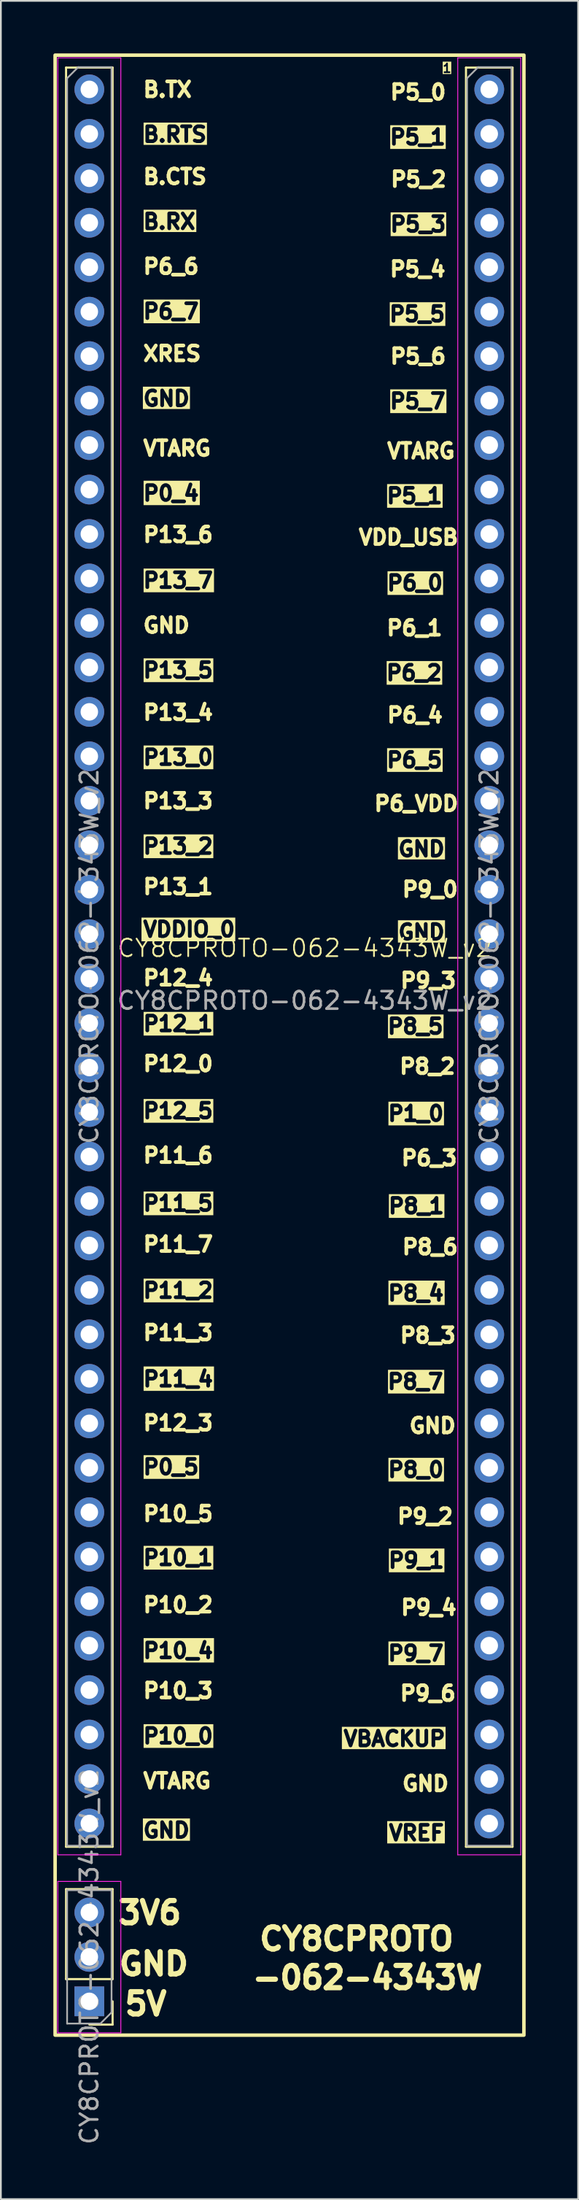
<source format=kicad_pcb>
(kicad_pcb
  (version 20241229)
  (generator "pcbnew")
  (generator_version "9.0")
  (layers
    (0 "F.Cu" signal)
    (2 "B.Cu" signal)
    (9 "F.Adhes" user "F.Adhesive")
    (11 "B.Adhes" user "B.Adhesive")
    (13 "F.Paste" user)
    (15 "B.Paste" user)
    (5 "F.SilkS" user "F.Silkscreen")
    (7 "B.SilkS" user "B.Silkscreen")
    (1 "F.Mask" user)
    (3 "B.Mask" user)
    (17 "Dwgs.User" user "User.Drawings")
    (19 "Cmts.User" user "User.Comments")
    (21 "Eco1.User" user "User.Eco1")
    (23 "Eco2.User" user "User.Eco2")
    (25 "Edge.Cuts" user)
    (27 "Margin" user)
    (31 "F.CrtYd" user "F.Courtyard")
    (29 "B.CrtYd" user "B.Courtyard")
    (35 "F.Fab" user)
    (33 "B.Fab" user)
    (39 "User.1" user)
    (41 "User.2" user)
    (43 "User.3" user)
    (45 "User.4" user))
  (footprint "CY8CPROTO-062-4343W_v2"
    (layer "F.Cu")
    (at 14.375 51.611)
    (property "Reference" "CY8CPROTO-062-4343W_v2" (at 0 -0.5 0) (unlocked yes) (layer "F.SilkS") (effects (font (size 1 1) (thickness 0.1))))
    (attr through_hole)
    (fp_line (start -13.649 -50.8) (end -13.649 50.834) (stroke (width 0.12) (type solid)) (layer "F.SilkS"))
    (fp_line (start -13.649 -50.8) (end -10.989 -50.8) (stroke (width 0.12) (type solid)) (layer "F.SilkS"))
    (fp_line (start -13.649 50.834) (end -10.989 50.834) (stroke (width 0.12) (type solid)) (layer "F.SilkS"))
    (fp_line (start -13.649 58.394) (end -13.649 53.254) (stroke (width 0.12) (type solid)) (layer "F.SilkS"))
    (fp_line (start -10.989 -50.8) (end -10.989 50.834) (stroke (width 0.12) (type solid)) (layer "F.SilkS"))
    (fp_line (start -10.989 53.254) (end -13.649 53.254) (stroke (width 0.12) (type solid)) (layer "F.SilkS"))
    (fp_line (start -10.989 58.394) (end -13.649 58.394) (stroke (width 0.12) (type solid)) (layer "F.SilkS"))
    (fp_line (start -10.989 58.394) (end -10.989 53.254) (stroke (width 0.12) (type solid)) (layer "F.SilkS"))
    (fp_line (start -10.989 59.664) (end -10.989 60.994) (stroke (width 0.12) (type solid)) (layer "F.SilkS"))
    (fp_line (start -10.989 60.994) (end -12.319 60.994) (stroke (width 0.12) (type solid)) (layer "F.SilkS"))
    (fp_line (start 9.211 -50.8) (end 9.211 50.834) (stroke (width 0.12) (type solid)) (layer "F.SilkS"))
    (fp_line (start 9.211 -50.8) (end 11.871 -50.8) (stroke (width 0.12) (type solid)) (layer "F.SilkS"))
    (fp_line (start 9.211 50.834) (end 11.871 50.834) (stroke (width 0.12) (type solid)) (layer "F.SilkS"))
    (fp_line (start 11.871 -50.8) (end 11.871 50.834) (stroke (width 0.12) (type solid)) (layer "F.SilkS"))
    (fp_rect (start -14.275 -51.511) (end 12.522 61.595) (stroke (width 0.2) (type solid)) (fill no) (layer "F.SilkS"))
    (fp_line (start -14.119 -51.356) (end -14.119 51.294) (stroke (width 0.05) (type solid)) (layer "F.CrtYd"))
    (fp_line (start -14.119 51.294) (end -10.519 51.294) (stroke (width 0.05) (type solid)) (layer "F.CrtYd"))
    (fp_line (start -14.119 52.814) (end -14.119 61.464) (stroke (width 0.05) (type solid)) (layer "F.CrtYd"))
    (fp_line (start -14.119 61.464) (end -10.519 61.464) (stroke (width 0.05) (type solid)) (layer "F.CrtYd"))
    (fp_line (start -10.519 -51.356) (end -14.119 -51.356) (stroke (width 0.05) (type solid)) (layer "F.CrtYd"))
    (fp_line (start -10.519 51.294) (end -10.519 -51.356) (stroke (width 0.05) (type solid)) (layer "F.CrtYd"))
    (fp_line (start -10.519 52.814) (end -14.119 52.814) (stroke (width 0.05) (type solid)) (layer "F.CrtYd"))
    (fp_line (start -10.519 61.464) (end -10.519 52.814) (stroke (width 0.05) (type solid)) (layer "F.CrtYd"))
    (fp_line (start 8.741 -51.356) (end 8.741 51.294) (stroke (width 0.05) (type solid)) (layer "F.CrtYd"))
    (fp_line (start 8.741 51.294) (end 12.341 51.294) (stroke (width 0.05) (type solid)) (layer "F.CrtYd"))
    (fp_line (start 12.341 -51.356) (end 8.741 -51.356) (stroke (width 0.05) (type solid)) (layer "F.CrtYd"))
    (fp_line (start 12.341 51.294) (end 12.341 -51.356) (stroke (width 0.05) (type solid)) (layer "F.CrtYd"))
    (fp_line (start -13.589 -50.191) (end -12.954 -50.826) (stroke (width 0.1) (type solid)) (layer "F.Fab"))
    (fp_line (start -13.589 50.774) (end -13.589 -50.191) (stroke (width 0.1) (type solid)) (layer "F.Fab"))
    (fp_line (start -13.589 53.314) (end -11.049 53.314) (stroke (width 0.1) (type solid)) (layer "F.Fab"))
    (fp_line (start -13.589 60.934) (end -13.589 53.314) (stroke (width 0.1) (type solid)) (layer "F.Fab"))
    (fp_line (start -12.954 -50.826) (end -11.049 -50.826) (stroke (width 0.1) (type solid)) (layer "F.Fab"))
    (fp_line (start -11.684 60.934) (end -13.589 60.934) (stroke (width 0.1) (type solid)) (layer "F.Fab"))
    (fp_line (start -11.049 -50.826) (end -11.049 50.774) (stroke (width 0.1) (type solid)) (layer "F.Fab"))
    (fp_line (start -11.049 50.774) (end -13.589 50.774) (stroke (width 0.1) (type solid)) (layer "F.Fab"))
    (fp_line (start -11.049 53.314) (end -11.049 60.299) (stroke (width 0.1) (type solid)) (layer "F.Fab"))
    (fp_line (start -11.049 60.299) (end -11.684 60.934) (stroke (width 0.1) (type solid)) (layer "F.Fab"))
    (fp_line (start 9.271 -50.191) (end 9.906 -50.826) (stroke (width 0.1) (type solid)) (layer "F.Fab"))
    (fp_line (start 9.271 50.774) (end 9.271 -50.191) (stroke (width 0.1) (type solid)) (layer "F.Fab"))
    (fp_line (start 9.906 -50.826) (end 11.811 -50.826) (stroke (width 0.1) (type solid)) (layer "F.Fab"))
    (fp_line (start 11.811 -50.826) (end 11.811 50.774) (stroke (width 0.1) (type solid)) (layer "F.Fab"))
    (fp_line (start 11.811 50.774) (end 9.271 50.774) (stroke (width 0.1) (type solid)) (layer "F.Fab"))
    (fp_text user "P13_2" (at -9.347 -5.817 0) (unlocked yes) (layer "F.SilkS" knockout) (effects (font (size 0.85 0.85) (thickness 0.212) (bold yes)) (justify left bottom)))
    (fp_text user "P12_1" (at -9.347 4.318 0) (unlocked yes) (layer "F.SilkS" knockout) (effects (font (size 0.85 0.85) (thickness 0.212) (bold yes)) (justify left bottom)))
    (fp_text user "P9_7" (at 4.648 40.284 0) (unlocked yes) (layer "F.SilkS" knockout) (effects (font (size 0.85 0.85) (thickness 0.212) (bold yes)) (justify left bottom)))
    (fp_text user "P11_5" (at -9.347 14.58 0) (unlocked yes) (layer "F.SilkS" knockout) (effects (font (size 0.85 0.85) (thickness 0.212) (bold yes)) (justify left bottom)))
    (fp_text user "P6_3" (at 5.41 11.989 0) (unlocked yes) (layer "F.SilkS") (effects (font (size 0.85 0.85) (thickness 0.212) (bold yes)) (justify left bottom)))
    (fp_text user "P12_3" (at -9.347 27.127 0) (unlocked yes) (layer "F.SilkS") (effects (font (size 0.85 0.85) (thickness 0.212) (bold yes)) (justify left bottom)))
    (fp_text user "VDDIO_0" (at -9.347 -1.067 0) (unlocked yes) (layer "F.SilkS" knockout) (effects (font (size 0.85 0.85) (thickness 0.212) (bold yes)) (justify left bottom)))
    (fp_text user "GND" (at 5.232 -0.914 0) (unlocked yes) (layer "F.SilkS" knockout) (effects (font (size 0.85 0.85) (thickness 0.212) (bold yes)) (justify left bottom)))
    (fp_text user "1" (at 7.823 -50.47 0) (unlocked yes) (layer "F.SilkS" knockout) (effects (font (size 0.5 0.5) (thickness 0.1)) (justify left bottom)))
    (fp_text user "VTARG" (at -9.347 -28.55 0) (unlocked yes) (layer "F.SilkS") (effects (font (size 0.85 0.85) (thickness 0.212) (bold yes)) (justify left bottom)))
    (fp_text user "P11_2" (at -9.347 19.558 0) (unlocked yes) (layer "F.SilkS" knockout) (effects (font (size 0.85 0.85) (thickness 0.212) (bold yes)) (justify left bottom)))
    (fp_text user "B.TX" (at -9.347 -49.047 0) (unlocked yes) (layer "F.SilkS") (effects (font (size 0.85 0.85) (thickness 0.212) (bold yes)) (justify left bottom)))
    (fp_text user "B.RTS" (at -9.347 -46.482 0) (unlocked yes) (layer "F.SilkS" knockout) (effects (font (size 0.85 0.85) (thickness 0.212) (bold yes)) (justify left bottom)))
    (fp_text user "P5_2" (at 4.801 -43.917 0) (unlocked yes) (layer "F.SilkS") (effects (font (size 0.85 0.85) (thickness 0.212) (bold yes)) (justify left bottom)))
    (fp_text user "P6_4" (at 4.597 -13.31 0) (unlocked yes) (layer "F.SilkS") (effects (font (size 0.85 0.85) (thickness 0.212) (bold yes)) (justify left bottom)))
    (fp_text user "P1_0" (at 4.648 9.449 0) (unlocked yes) (layer "F.SilkS" knockout) (effects (font (size 0.85 0.85) (thickness 0.212) (bold yes)) (justify left bottom)))
    (fp_text user "P8_1" (at 4.674 14.732 0) (unlocked yes) (layer "F.SilkS" knockout) (effects (font (size 0.85 0.85) (thickness 0.212) (bold yes)) (justify left bottom)))
    (fp_text user "P6_1" (at 4.572 -18.288 0) (unlocked yes) (layer "F.SilkS") (effects (font (size 0.85 0.85) (thickness 0.212) (bold yes)) (justify left bottom)))
    (fp_text user "P6_2" (at 4.547 -15.723 0) (unlocked yes) (layer "F.SilkS" knockout) (effects (font (size 0.85 0.85) (thickness 0.212) (bold yes)) (justify left bottom)))
    (fp_text user "3V6" (at -6.909 55.347 0) (unlocked yes) (layer "F.SilkS") (effects (font (size 1.27 1.27) (thickness 0.3) (bold yes)) (justify right bottom)))
    (fp_text user "P12_5" (at -9.347 9.296 0) (unlocked yes) (layer "F.SilkS" knockout) (effects (font (size 0.85 0.85) (thickness 0.212) (bold yes)) (justify left bottom)))
    (fp_text user "P11_6" (at -9.347 11.836 0) (unlocked yes) (layer "F.SilkS") (effects (font (size 0.85 0.85) (thickness 0.212) (bold yes)) (justify left bottom)))
    (fp_text user "P8_0" (at 4.648 29.794 0) (unlocked yes) (layer "F.SilkS" knockout) (effects (font (size 0.85 0.85) (thickness 0.212) (bold yes)) (justify left bottom)))
    (fp_text user "VREF" (at 4.699 50.546 0) (unlocked yes) (layer "F.SilkS" knockout) (effects (font (size 0.85 0.85) (thickness 0.212) (bold yes)) (justify left bottom)))
    (fp_text user "GND" (at -9.347 -31.394 0) (unlocked yes) (layer "F.SilkS" knockout) (effects (font (size 0.85 0.85) (thickness 0.212) (bold yes)) (justify left bottom)))
    (fp_text user "P0_4" (at -9.347 -25.984 0) (unlocked yes) (layer "F.SilkS" knockout) (effects (font (size 0.85 0.85) (thickness 0.212) (bold yes)) (justify left bottom)))
    (fp_text user "P13_1" (at -9.347 -3.505 0) (unlocked yes) (layer "F.SilkS") (effects (font (size 0.85 0.85) (thickness 0.212) (bold yes)) (justify left bottom)))
    (fp_text user "P5_1" (at 4.572 -25.832 0) (unlocked yes) (layer "F.SilkS" knockout) (effects (font (size 0.85 0.85) (thickness 0.212) (bold yes)) (justify left bottom)))
    (fp_text user "GND" (at 5.232 -5.664 0) (unlocked yes) (layer "F.SilkS" knockout) (effects (font (size 0.85 0.85) (thickness 0.212) (bold yes)) (justify left bottom)))
    (fp_text user "P13_5" (at -9.347 -15.875 0) (unlocked yes) (layer "F.SilkS" knockout) (effects (font (size 0.85 0.85) (thickness 0.212) (bold yes)) (justify left bottom)))
    (fp_text user "P13_0" (at -9.347 -10.897 0) (unlocked yes) (layer "F.SilkS" knockout) (effects (font (size 0.85 0.85) (thickness 0.212) (bold yes)) (justify left bottom)))
    (fp_text user "P5_7" (at 4.75 -31.242 0) (unlocked yes) (layer "F.SilkS" knockout) (effects (font (size 0.85 0.85) (thickness 0.212) (bold yes)) (justify left bottom)))
    (fp_text user "P10_5" (at -9.347 32.309 0) (unlocked yes) (layer "F.SilkS") (effects (font (size 0.85 0.85) (thickness 0.212) (bold yes)) (justify left bottom)))
    (fp_text user "P6_5" (at 4.572 -10.744 0) (unlocked yes) (layer "F.SilkS" knockout) (effects (font (size 0.85 0.85) (thickness 0.212) (bold yes)) (justify left bottom)))
    (fp_text user "P8_2" (at 5.309 6.756 0) (unlocked yes) (layer "F.SilkS") (effects (font (size 0.85 0.85) (thickness 0.212) (bold yes)) (justify left bottom)))
    (fp_text user "P9_0" (at 5.461 -3.353 0) (unlocked yes) (layer "F.SilkS") (effects (font (size 0.85 0.85) (thickness 0.212) (bold yes)) (justify left bottom)))
    (fp_text user "P10_4" (at -9.347 40.132 0) (unlocked yes) (layer "F.SilkS" knockout) (effects (font (size 0.85 0.85) (thickness 0.212) (bold yes)) (justify left bottom)))
    (fp_text user "P9_2" (at 5.182 32.461 0) (unlocked yes) (layer "F.SilkS") (effects (font (size 0.85 0.85) (thickness 0.212) (bold yes)) (justify left bottom)))
    (fp_text user "XRES" (at -9.347 -33.96 0) (unlocked yes) (layer "F.SilkS") (effects (font (size 0.85 0.85) (thickness 0.212) (bold yes)) (justify left bottom)))
    (fp_text user "P9_3" (at 5.359 1.854 0) (unlocked yes) (layer "F.SilkS") (effects (font (size 0.85 0.85) (thickness 0.212) (bold yes)) (justify left bottom)))
    (fp_text user "VTARG" (at -9.347 47.574 0) (unlocked yes) (layer "F.SilkS") (effects (font (size 0.85 0.85) (thickness 0.212) (bold yes)) (justify left bottom)))
    (fp_text user "P8_6" (at 5.461 17.069 0) (unlocked yes) (layer "F.SilkS") (effects (font (size 0.85 0.85) (thickness 0.212) (bold yes)) (justify left bottom)))
    (fp_text user "P10_0" (at -9.347 45.009 0) (unlocked yes) (layer "F.SilkS" knockout) (effects (font (size 0.85 0.85) (thickness 0.212) (bold yes)) (justify left bottom)))
    (fp_text user "P0_5" (at -9.347 29.642 0) (unlocked yes) (layer "F.SilkS" knockout) (effects (font (size 0.85 0.85) (thickness 0.212) (bold yes)) (justify left bottom)))
    (fp_text user "P12_0" (at -9.347 6.604 0) (unlocked yes) (layer "F.SilkS") (effects (font (size 0.85 0.85) (thickness 0.212) (bold yes)) (justify left bottom)))
    (fp_text user "VTARG" (at 4.597 -28.397 0) (unlocked yes) (layer "F.SilkS") (effects (font (size 0.85 0.85) (thickness 0.212) (bold yes)) (justify left bottom)))
    (fp_text user "P9_4" (at 5.385 37.668 0) (unlocked yes) (layer "F.SilkS") (effects (font (size 0.85 0.85) (thickness 0.212) (bold yes)) (justify left bottom)))
    (fp_text user "P5_4" (at 4.75 -38.786 0) (unlocked yes) (layer "F.SilkS") (effects (font (size 0.85 0.85) (thickness 0.212) (bold yes)) (justify left bottom)))
    (fp_text user "P11_4" (at -9.347 24.613 0) (unlocked yes) (layer "F.SilkS" knockout) (effects (font (size 0.85 0.85) (thickness 0.212) (bold yes)) (justify left bottom)))
    (fp_text user "P13_4" (at -9.347 -13.462 0) (unlocked yes) (layer "F.SilkS") (effects (font (size 0.85 0.85) (thickness 0.212) (bold yes)) (justify left bottom)))
    (fp_text user "P13_6" (at -9.347 -23.622 0) (unlocked yes) (layer "F.SilkS") (effects (font (size 0.85 0.85) (thickness 0.212) (bold yes)) (justify left bottom)))
    (fp_text user "P5_5" (at 4.724 -36.22 0) (unlocked yes) (layer "F.SilkS" knockout) (effects (font (size 0.85 0.85) (thickness 0.212) (bold yes)) (justify left bottom)))
    (fp_text user "P5_6" (at 4.775 -33.807 0) (unlocked yes) (layer "F.SilkS") (effects (font (size 0.85 0.85) (thickness 0.212) (bold yes)) (justify left bottom)))
    (fp_text user "VBACKUP" (at 2.108 45.161 0) (unlocked yes) (layer "F.SilkS" knockout) (effects (font (size 0.85 0.85) (thickness 0.212) (bold yes)) (justify left bottom)))
    (fp_text user "P13_7" (at -9.347 -21.006 0) (unlocked yes) (layer "F.SilkS" knockout) (effects (font (size 0.85 0.85) (thickness 0.212) (bold yes)) (justify left bottom)))
    (fp_text user "-062-4343W" (at -3.15 59.055 0) (unlocked yes) (layer "F.SilkS") (effects (font (size 1.27 1.27) (thickness 0.3) (bold yes)) (justify left bottom)))
    (fp_text user "P5_1" (at 4.75 -46.33 0) (unlocked yes) (layer "F.SilkS" knockout) (effects (font (size 0.85 0.85) (thickness 0.212) (bold yes)) (justify left bottom)))
    (fp_text user "P8_4" (at 4.648 19.71 0) (unlocked yes) (layer "F.SilkS" knockout) (effects (font (size 0.85 0.85) (thickness 0.212) (bold yes)) (justify left bottom)))
    (fp_text user "P9_1" (at 4.674 34.976 0) (unlocked yes) (layer "F.SilkS" knockout) (effects (font (size 0.85 0.85) (thickness 0.212) (bold yes)) (justify left bottom)))
    (fp_text user "GND" (at 5.461 47.727 0) (unlocked yes) (layer "F.SilkS") (effects (font (size 0.85 0.85) (thickness 0.212) (bold yes)) (justify left bottom)))
    (fp_text user "GND" (at -6.502 58.268 0) (unlocked yes) (layer "F.SilkS") (effects (font (size 1.27 1.27) (thickness 0.3) (bold yes)) (justify right bottom)))
    (fp_text user "P8_7" (at 4.623 24.765 0) (unlocked yes) (layer "F.SilkS" knockout) (effects (font (size 0.85 0.85) (thickness 0.212) (bold yes)) (justify left bottom)))
    (fp_text user "P11_3" (at -9.347 21.971 0) (unlocked yes) (layer "F.SilkS") (effects (font (size 0.85 0.85) (thickness 0.212) (bold yes)) (justify left bottom)))
    (fp_text user "P8_3" (at 5.334 22.123 0) (unlocked yes) (layer "F.SilkS") (effects (font (size 0.85 0.85) (thickness 0.212) (bold yes)) (justify left bottom)))
    (fp_text user "P10_3" (at -9.347 42.418 0) (unlocked yes) (layer "F.SilkS") (effects (font (size 0.85 0.85) (thickness 0.212) (bold yes)) (justify left bottom)))
    (fp_text user "GND" (at -9.347 50.394 0) (unlocked yes) (layer "F.SilkS" knockout) (effects (font (size 0.85 0.85) (thickness 0.212) (bold yes)) (justify left bottom)))
    (fp_text user "P10_2" (at -9.347 37.516 0) (unlocked yes) (layer "F.SilkS") (effects (font (size 0.85 0.85) (thickness 0.212) (bold yes)) (justify left bottom)))
    (fp_text user "5V" (at -7.747 60.554 0) (unlocked yes) (layer "F.SilkS") (effects (font (size 1.27 1.27) (thickness 0.3) (bold yes)) (justify right bottom)))
    (fp_text user "VDD_USB" (at 2.972 -23.47 0) (unlocked yes) (layer "F.SilkS") (effects (font (size 0.85 0.85) (thickness 0.212) (bold yes)) (justify left bottom)))
    (fp_text user "P6_VDD" (at 3.861 -8.255 0) (unlocked yes) (layer "F.SilkS") (effects (font (size 0.85 0.85) (thickness 0.212) (bold yes)) (justify left bottom)))
    (fp_text user "P5_0" (at 4.775 -48.895 0) (unlocked yes) (layer "F.SilkS") (effects (font (size 0.85 0.85) (thickness 0.212) (bold yes)) (justify left bottom)))
    (fp_text user "P12_4" (at -9.347 1.702 0) (unlocked yes) (layer "F.SilkS") (effects (font (size 0.85 0.85) (thickness 0.212) (bold yes)) (justify left bottom)))
    (fp_text user "B.RX" (at -9.347 -41.504 0) (unlocked yes) (layer "F.SilkS" knockout) (effects (font (size 0.85 0.85) (thickness 0.212) (bold yes)) (justify left bottom)))
    (fp_text user "P11_7" (at -9.347 16.916 0) (unlocked yes) (layer "F.SilkS") (effects (font (size 0.85 0.85) (thickness 0.212) (bold yes)) (justify left bottom)))
    (fp_text user "P6_6" (at -9.347 -38.938 0) (unlocked yes) (layer "F.SilkS") (effects (font (size 0.85 0.85) (thickness 0.212) (bold yes)) (justify left bottom)))
    (fp_text user "P5_3" (at 4.775 -41.351 0) (unlocked yes) (layer "F.SilkS" knockout) (effects (font (size 0.85 0.85) (thickness 0.212) (bold yes)) (justify left bottom)))
    (fp_text user "P10_1" (at -9.347 34.823 0) (unlocked yes) (layer "F.SilkS" knockout) (effects (font (size 0.85 0.85) (thickness 0.212) (bold yes)) (justify left bottom)))
    (fp_text user "B.CTS" (at -9.347 -44.069 0) (unlocked yes) (layer "F.SilkS") (effects (font (size 0.85 0.85) (thickness 0.212) (bold yes)) (justify left bottom)))
    (fp_text user "GND" (at -9.347 -18.44 0) (unlocked yes) (layer "F.SilkS") (effects (font (size 0.85 0.85) (thickness 0.212) (bold yes)) (justify left bottom)))
    (fp_text user "P9_6" (at 5.334 42.57 0) (unlocked yes) (layer "F.SilkS") (effects (font (size 0.85 0.85) (thickness 0.212) (bold yes)) (justify left bottom)))
    (fp_text user "CY8CPROTO" (at -2.743 56.845 0) (unlocked yes) (layer "F.SilkS") (effects (font (size 1.27 1.27) (thickness 0.3) (bold yes)) (justify left bottom)))
    (fp_text user "P6_0" (at 4.597 -20.853 0) (unlocked yes) (layer "F.SilkS" knockout) (effects (font (size 0.85 0.85) (thickness 0.212) (bold yes)) (justify left bottom)))
    (fp_text user "P8_5" (at 4.623 4.47 0) (unlocked yes) (layer "F.SilkS" knockout) (effects (font (size 0.85 0.85) (thickness 0.212) (bold yes)) (justify left bottom)))
    (fp_text user "GND" (at 5.867 27.28 0) (unlocked yes) (layer "F.SilkS") (effects (font (size 0.85 0.85) (thickness 0.212) (bold yes)) (justify left bottom)))
    (fp_text user "P6_7" (at -9.347 -36.373 0) (unlocked yes) (layer "F.SilkS" knockout) (effects (font (size 0.85 0.85) (thickness 0.212) (bold yes)) (justify left bottom)))
    (fp_text user "P13_3" (at -9.347 -8.407 0) (unlocked yes) (layer "F.SilkS") (effects (font (size 0.85 0.85) (thickness 0.212) (bold yes)) (justify left bottom)))
    (fp_text user "${REFERENCE}" (at -12.319 -0.026 90) (layer "F.Fab") (effects (font (size 1 1) (thickness 0.15))))
    (fp_text user "${REFERENCE}" (at 10.541 -0.026 90) (layer "F.Fab") (effects (font (size 1 1) (thickness 0.15))))
    (fp_text user "${REFERENCE}" (at -12.319 57.124 90) (layer "F.Fab") (effects (font (size 1 1) (thickness 0.15))))
    (fp_text user "${REFERENCE}" (at 0 2.5 0) (unlocked yes) (layer "F.Fab") (effects (font (size 1 1) (thickness 0.15))))
    (pad "1" thru_hole circle (at 10.541 -49.556) (size 1.7 1.7) (drill 1) (layers "*.Cu" "*.Mask"))
    (pad "2" thru_hole oval (at 10.541 -47.016) (size 1.7 1.7) (drill 1) (layers "*.Cu" "*.Mask"))
    (pad "3" thru_hole oval (at 10.541 -44.476) (size 1.7 1.7) (drill 1) (layers "*.Cu" "*.Mask"))
    (pad "4" thru_hole oval (at 10.541 -41.936) (size 1.7 1.7) (drill 1) (layers "*.Cu" "*.Mask"))
    (pad "5" thru_hole oval (at 10.541 -39.396) (size 1.7 1.7) (drill 1) (layers "*.Cu" "*.Mask"))
    (pad "6" thru_hole oval (at 10.541 -36.856) (size 1.7 1.7) (drill 1) (layers "*.Cu" "*.Mask"))
    (pad "7" thru_hole oval (at 10.541 -34.316) (size 1.7 1.7) (drill 1) (layers "*.Cu" "*.Mask"))
    (pad "8" thru_hole oval (at 10.541 -31.776) (size 1.7 1.7) (drill 1) (layers "*.Cu" "*.Mask"))
    (pad "9" thru_hole oval (at 10.541 -29.236) (size 1.7 1.7) (drill 1) (layers "*.Cu" "*.Mask"))
    (pad "10" thru_hole oval (at 10.541 -26.696) (size 1.7 1.7) (drill 1) (layers "*.Cu" "*.Mask"))
    (pad "11" thru_hole oval (at 10.541 -24.156) (size 1.7 1.7) (drill 1) (layers "*.Cu" "*.Mask"))
    (pad "12" thru_hole oval (at 10.541 -21.616) (size 1.7 1.7) (drill 1) (layers "*.Cu" "*.Mask"))
    (pad "13" thru_hole oval (at 10.541 -19.076) (size 1.7 1.7) (drill 1) (layers "*.Cu" "*.Mask"))
    (pad "14" thru_hole oval (at 10.541 -16.536) (size 1.7 1.7) (drill 1) (layers "*.Cu" "*.Mask"))
    (pad "15" thru_hole oval (at 10.541 -13.996) (size 1.7 1.7) (drill 1) (layers "*.Cu" "*.Mask"))
    (pad "16" thru_hole oval (at 10.541 -11.456) (size 1.7 1.7) (drill 1) (layers "*.Cu" "*.Mask"))
    (pad "17" thru_hole oval (at 10.541 -8.916) (size 1.7 1.7) (drill 1) (layers "*.Cu" "*.Mask"))
    (pad "18" thru_hole oval (at 10.541 -6.376) (size 1.7 1.7) (drill 1) (layers "*.Cu" "*.Mask"))
    (pad "19" thru_hole oval (at 10.541 -3.836) (size 1.7 1.7) (drill 1) (layers "*.Cu" "*.Mask"))
    (pad "20" thru_hole oval (at 10.541 -1.296) (size 1.7 1.7) (drill 1) (layers "*.Cu" "*.Mask"))
    (pad "21" thru_hole oval (at 10.541 1.244) (size 1.7 1.7) (drill 1) (layers "*.Cu" "*.Mask"))
    (pad "22" thru_hole oval (at 10.541 3.784) (size 1.7 1.7) (drill 1) (layers "*.Cu" "*.Mask"))
    (pad "23" thru_hole oval (at 10.541 6.324) (size 1.7 1.7) (drill 1) (layers "*.Cu" "*.Mask"))
    (pad "24" thru_hole oval (at 10.541 8.864) (size 1.7 1.7) (drill 1) (layers "*.Cu" "*.Mask"))
    (pad "25" thru_hole oval (at 10.541 11.404) (size 1.7 1.7) (drill 1) (layers "*.Cu" "*.Mask"))
    (pad "26" thru_hole oval (at 10.541 13.944) (size 1.7 1.7) (drill 1) (layers "*.Cu" "*.Mask"))
    (pad "27" thru_hole oval (at 10.541 16.484) (size 1.7 1.7) (drill 1) (layers "*.Cu" "*.Mask"))
    (pad "28" thru_hole oval (at 10.541 19.024) (size 1.7 1.7) (drill 1) (layers "*.Cu" "*.Mask"))
    (pad "29" thru_hole oval (at 10.541 21.564) (size 1.7 1.7) (drill 1) (layers "*.Cu" "*.Mask"))
    (pad "30" thru_hole oval (at 10.541 24.104) (size 1.7 1.7) (drill 1) (layers "*.Cu" "*.Mask"))
    (pad "31" thru_hole oval (at 10.541 26.644) (size 1.7 1.7) (drill 1) (layers "*.Cu" "*.Mask"))
    (pad "32" thru_hole oval (at 10.541 29.184) (size 1.7 1.7) (drill 1) (layers "*.Cu" "*.Mask"))
    (pad "33" thru_hole oval (at 10.541 31.724) (size 1.7 1.7) (drill 1) (layers "*.Cu" "*.Mask"))
    (pad "34" thru_hole oval (at 10.541 34.264) (size 1.7 1.7) (drill 1) (layers "*.Cu" "*.Mask"))
    (pad "35" thru_hole oval (at 10.541 36.804) (size 1.7 1.7) (drill 1) (layers "*.Cu" "*.Mask"))
    (pad "36" thru_hole oval (at 10.541 39.344) (size 1.7 1.7) (drill 1) (layers "*.Cu" "*.Mask"))
    (pad "37" thru_hole oval (at 10.541 41.884) (size 1.7 1.7) (drill 1) (layers "*.Cu" "*.Mask"))
    (pad "38" thru_hole oval (at 10.541 44.424) (size 1.7 1.7) (drill 1) (layers "*.Cu" "*.Mask"))
    (pad "39" thru_hole oval (at 10.541 46.964) (size 1.7 1.7) (drill 1) (layers "*.Cu" "*.Mask"))
    (pad "40" thru_hole oval (at 10.541 49.504) (size 1.7 1.7) (drill 1) (layers "*.Cu" "*.Mask"))
    (pad "41" thru_hole oval (at -12.319 49.504) (size 1.7 1.7) (drill 1) (layers "*.Cu" "*.Mask"))
    (pad "42" thru_hole oval (at -12.319 46.964) (size 1.7 1.7) (drill 1) (layers "*.Cu" "*.Mask"))
    (pad "43" thru_hole oval (at -12.319 44.424) (size 1.7 1.7) (drill 1) (layers "*.Cu" "*.Mask"))
    (pad "44" thru_hole oval (at -12.319 41.884) (size 1.7 1.7) (drill 1) (layers "*.Cu" "*.Mask"))
    (pad "45" thru_hole oval (at -12.319 39.344) (size 1.7 1.7) (drill 1) (layers "*.Cu" "*.Mask"))
    (pad "46" thru_hole oval (at -12.319 36.804) (size 1.7 1.7) (drill 1) (layers "*.Cu" "*.Mask"))
    (pad "47" thru_hole oval (at -12.319 34.264) (size 1.7 1.7) (drill 1) (layers "*.Cu" "*.Mask"))
    (pad "48" thru_hole oval (at -12.319 31.724) (size 1.7 1.7) (drill 1) (layers "*.Cu" "*.Mask"))
    (pad "49" thru_hole oval (at -12.319 29.184) (size 1.7 1.7) (drill 1) (layers "*.Cu" "*.Mask"))
    (pad "50" thru_hole oval (at -12.319 26.644) (size 1.7 1.7) (drill 1) (layers "*.Cu" "*.Mask"))
    (pad "51" thru_hole oval (at -12.319 24.104) (size 1.7 1.7) (drill 1) (layers "*.Cu" "*.Mask"))
    (pad "52" thru_hole oval (at -12.319 21.564) (size 1.7 1.7) (drill 1) (layers "*.Cu" "*.Mask"))
    (pad "53" thru_hole oval (at -12.319 19.024) (size 1.7 1.7) (drill 1) (layers "*.Cu" "*.Mask"))
    (pad "54" thru_hole oval (at -12.319 16.484) (size 1.7 1.7) (drill 1) (layers "*.Cu" "*.Mask"))
    (pad "55" thru_hole oval (at -12.319 13.944) (size 1.7 1.7) (drill 1) (layers "*.Cu" "*.Mask"))
    (pad "56" thru_hole oval (at -12.319 11.404) (size 1.7 1.7) (drill 1) (layers "*.Cu" "*.Mask"))
    (pad "57" thru_hole oval (at -12.319 8.864) (size 1.7 1.7) (drill 1) (layers "*.Cu" "*.Mask"))
    (pad "58" thru_hole oval (at -12.319 6.324) (size 1.7 1.7) (drill 1) (layers "*.Cu" "*.Mask"))
    (pad "59" thru_hole oval (at -12.319 3.784) (size 1.7 1.7) (drill 1) (layers "*.Cu" "*.Mask"))
    (pad "60" thru_hole oval (at -12.319 1.244) (size 1.7 1.7) (drill 1) (layers "*.Cu" "*.Mask"))
    (pad "61" thru_hole oval (at -12.319 -1.296) (size 1.7 1.7) (drill 1) (layers "*.Cu" "*.Mask"))
    (pad "62" thru_hole oval (at -12.319 -3.836) (size 1.7 1.7) (drill 1) (layers "*.Cu" "*.Mask"))
    (pad "63" thru_hole oval (at -12.319 -6.376) (size 1.7 1.7) (drill 1) (layers "*.Cu" "*.Mask"))
    (pad "64" thru_hole oval (at -12.319 -8.916) (size 1.7 1.7) (drill 1) (layers "*.Cu" "*.Mask"))
    (pad "65" thru_hole oval (at -12.319 -11.456) (size 1.7 1.7) (drill 1) (layers "*.Cu" "*.Mask"))
    (pad "66" thru_hole oval (at -12.319 -13.996) (size 1.7 1.7) (drill 1) (layers "*.Cu" "*.Mask"))
    (pad "67" thru_hole oval (at -12.319 -16.536) (size 1.7 1.7) (drill 1) (layers "*.Cu" "*.Mask"))
    (pad "68" thru_hole oval (at -12.319 -19.076) (size 1.7 1.7) (drill 1) (layers "*.Cu" "*.Mask"))
    (pad "69" thru_hole oval (at -12.319 -21.616) (size 1.7 1.7) (drill 1) (layers "*.Cu" "*.Mask"))
    (pad "70" thru_hole oval (at -12.319 -24.156) (size 1.7 1.7) (drill 1) (layers "*.Cu" "*.Mask"))
    (pad "71" thru_hole oval (at -12.319 -26.696) (size 1.7 1.7) (drill 1) (layers "*.Cu" "*.Mask"))
    (pad "72" thru_hole oval (at -12.319 -29.236) (size 1.7 1.7) (drill 1) (layers "*.Cu" "*.Mask"))
    (pad "73" thru_hole oval (at -12.319 -31.776) (size 1.7 1.7) (drill 1) (layers "*.Cu" "*.Mask"))
    (pad "74" thru_hole oval (at -12.319 -34.316) (size 1.7 1.7) (drill 1) (layers "*.Cu" "*.Mask"))
    (pad "75" thru_hole oval (at -12.319 -36.856) (size 1.7 1.7) (drill 1) (layers "*.Cu" "*.Mask"))
    (pad "76" thru_hole oval (at -12.319 -39.396) (size 1.7 1.7) (drill 1) (layers "*.Cu" "*.Mask"))
    (pad "77" thru_hole oval (at -12.319 -41.936) (size 1.7 1.7) (drill 1) (layers "*.Cu" "*.Mask"))
    (pad "78" thru_hole oval (at -12.319 -44.476) (size 1.7 1.7) (drill 1) (layers "*.Cu" "*.Mask"))
    (pad "79" thru_hole oval (at -12.319 -47.016) (size 1.7 1.7) (drill 1) (layers "*.Cu" "*.Mask"))
    (pad "80" thru_hole circle (at -12.319 -49.556) (size 1.7 1.7) (drill 1) (layers "*.Cu" "*.Mask"))
    (pad "81" thru_hole oval (at -12.319 54.584 180) (size 1.7 1.7) (drill 1) (layers "*.Cu" "*.Mask"))
    (pad "82" thru_hole oval (at -12.319 57.124 180) (size 1.7 1.7) (drill 1) (layers "*.Cu" "*.Mask"))
    (pad "83" thru_hole rect (at -12.319 59.664 180) (size 1.7 1.7) (drill 1) (layers "*.Cu" "*.Mask")))
  (gr_rect
    (start -3 -3)
    (end 29.997 122.574)
    (stroke (width 0.1) (type default))
    (fill no)
    (layer "Edge.Cuts")))
</source>
